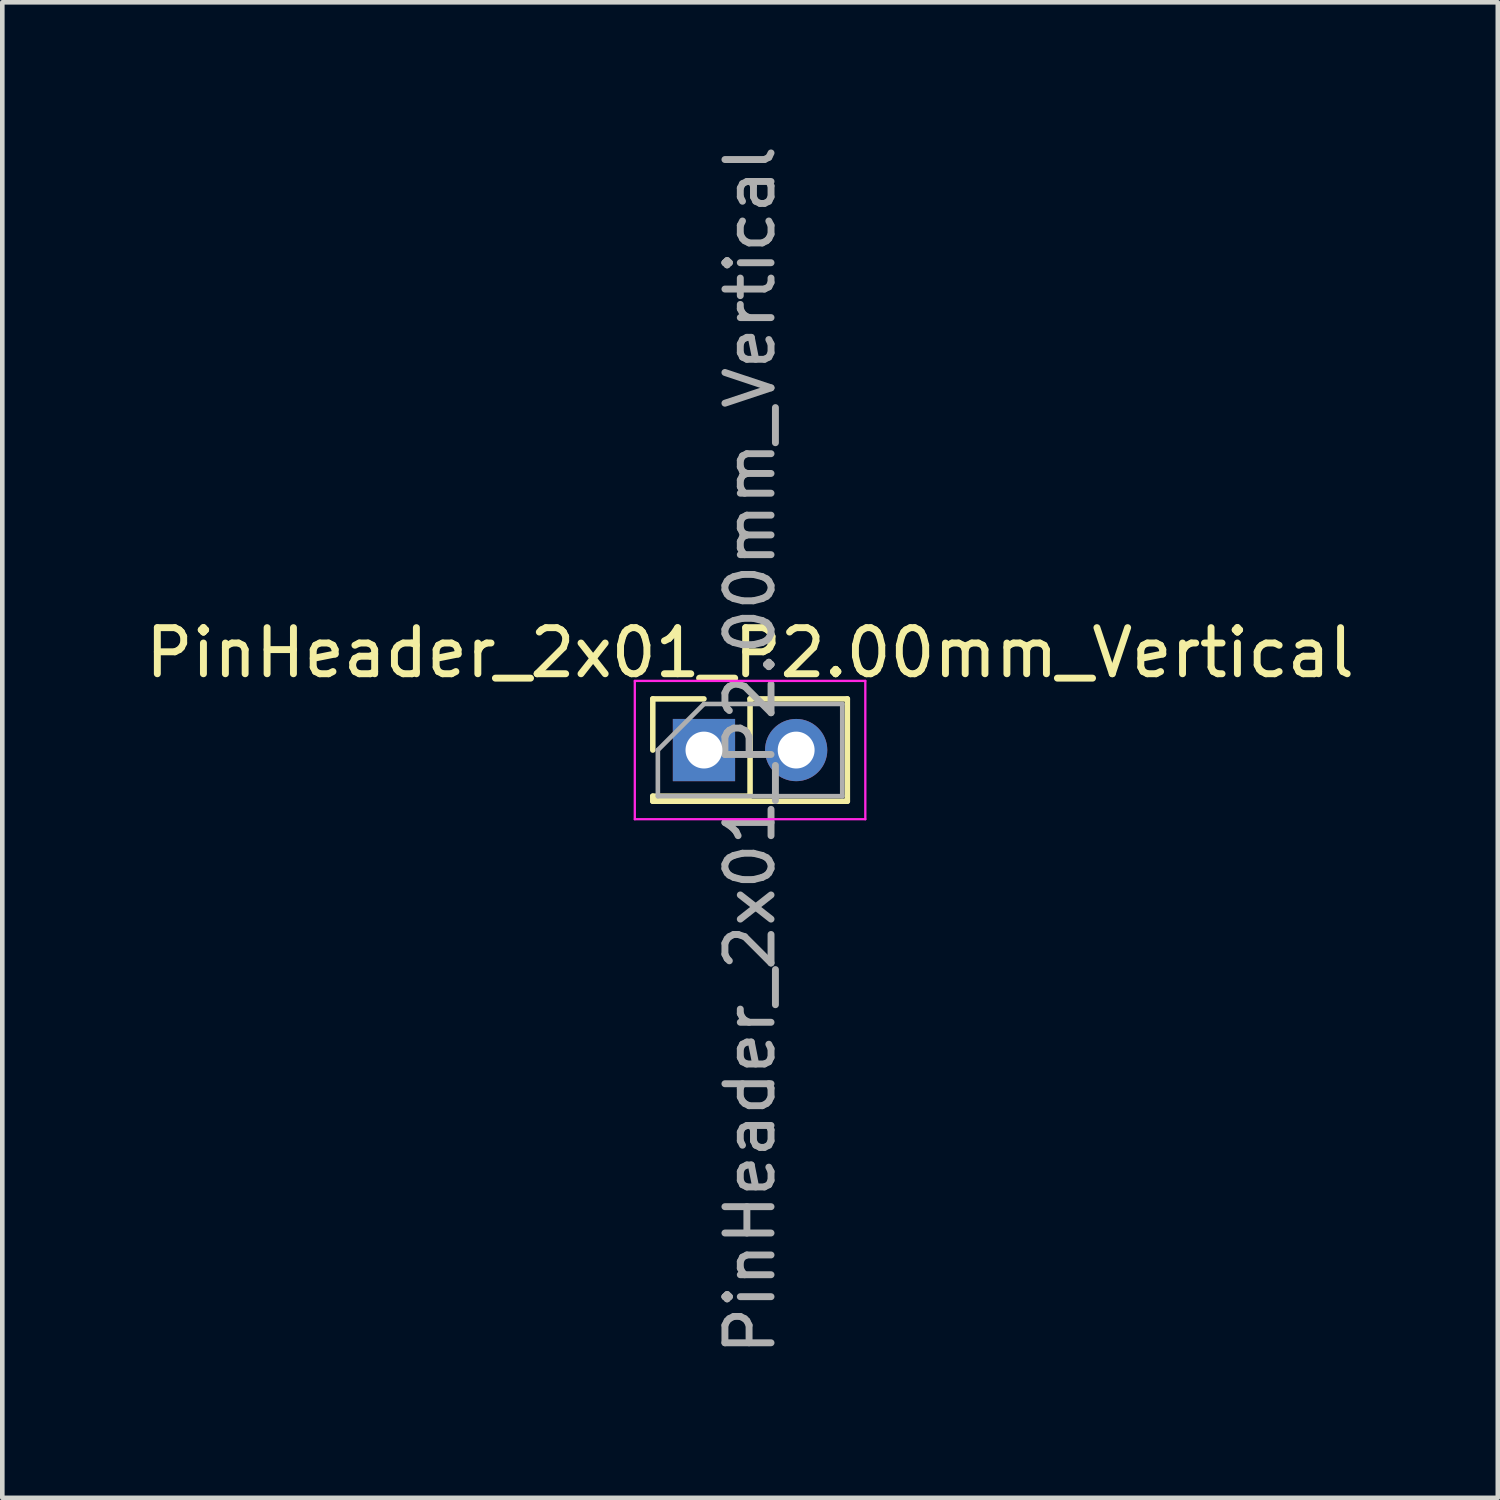
<source format=kicad_pcb>
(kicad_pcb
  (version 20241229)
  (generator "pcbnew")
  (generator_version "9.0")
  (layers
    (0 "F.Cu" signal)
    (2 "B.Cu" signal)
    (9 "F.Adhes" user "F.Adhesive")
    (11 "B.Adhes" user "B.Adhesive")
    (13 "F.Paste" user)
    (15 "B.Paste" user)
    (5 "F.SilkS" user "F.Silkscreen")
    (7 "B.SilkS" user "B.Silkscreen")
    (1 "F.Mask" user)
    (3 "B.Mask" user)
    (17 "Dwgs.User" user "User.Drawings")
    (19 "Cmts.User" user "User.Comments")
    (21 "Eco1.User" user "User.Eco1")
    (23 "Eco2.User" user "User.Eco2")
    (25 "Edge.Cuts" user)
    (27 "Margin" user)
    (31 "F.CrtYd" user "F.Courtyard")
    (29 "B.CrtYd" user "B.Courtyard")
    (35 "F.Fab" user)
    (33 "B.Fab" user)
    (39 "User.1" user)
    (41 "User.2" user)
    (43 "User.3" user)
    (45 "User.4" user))
  (footprint "PinHeader_2x01_P2.00mm_Vertical"
    (layer "F.Cu")
    (at 12.22 13.22)
    (property "Reference" "PinHeader_2x01_P2.00mm_Vertical" (at 1 -2.11 0) (layer "F.SilkS") (effects (font (size 1 1) (thickness 0.15))))
    (attr through_hole)
    (fp_line (start -1.11 -1.11) (end 0 -1.11) (stroke (width 0.12) (type solid)) (layer "F.SilkS"))
    (fp_line (start -1.11 0) (end -1.11 -1.11) (stroke (width 0.12) (type solid)) (layer "F.SilkS"))
    (fp_line (start -1.11 1) (end -1.11 1.11) (stroke (width 0.12) (type solid)) (layer "F.SilkS"))
    (fp_line (start -1.11 1) (end 1 1) (stroke (width 0.12) (type solid)) (layer "F.SilkS"))
    (fp_line (start -1.11 1.11) (end 3.11 1.11) (stroke (width 0.12) (type solid)) (layer "F.SilkS"))
    (fp_line (start 1 -1.11) (end 3.11 -1.11) (stroke (width 0.12) (type solid)) (layer "F.SilkS"))
    (fp_line (start 1 1) (end 1 -1.11) (stroke (width 0.12) (type solid)) (layer "F.SilkS"))
    (fp_line (start 3.11 -1.11) (end 3.11 1.11) (stroke (width 0.12) (type solid)) (layer "F.SilkS"))
    (fp_line (start -1.5 -1.5) (end -1.5 1.5) (stroke (width 0.05) (type solid)) (layer "F.CrtYd"))
    (fp_line (start -1.5 1.5) (end 3.5 1.5) (stroke (width 0.05) (type solid)) (layer "F.CrtYd"))
    (fp_line (start 3.5 -1.5) (end -1.5 -1.5) (stroke (width 0.05) (type solid)) (layer "F.CrtYd"))
    (fp_line (start 3.5 1.5) (end 3.5 -1.5) (stroke (width 0.05) (type solid)) (layer "F.CrtYd"))
    (fp_line (start -1 0) (end 0 -1) (stroke (width 0.1) (type solid)) (layer "F.Fab"))
    (fp_line (start -1 1) (end -1 0) (stroke (width 0.1) (type solid)) (layer "F.Fab"))
    (fp_line (start 0 -1) (end 3 -1) (stroke (width 0.1) (type solid)) (layer "F.Fab"))
    (fp_line (start 3 -1) (end 3 1) (stroke (width 0.1) (type solid)) (layer "F.Fab"))
    (fp_line (start 3 1) (end -1 1) (stroke (width 0.1) (type solid)) (layer "F.Fab"))
    (fp_text user "${REFERENCE}" (at 1 0 90) (layer "F.Fab") (effects (font (size 1 1) (thickness 0.15))))
    (pad "1" thru_hole rect (at 0 0) (size 1.35 1.35) (drill 0.8) (layers "*.Cu" "*.Mask"))
    (pad "2" thru_hole circle (at 2 0) (size 1.35 1.35) (drill 0.8) (layers "*.Cu" "*.Mask")))
  (gr_rect
    (start -3 -3)
    (end 29.44 29.44)
    (stroke (width 0.1) (type default))
    (fill no)
    (layer "Edge.Cuts")))
</source>
